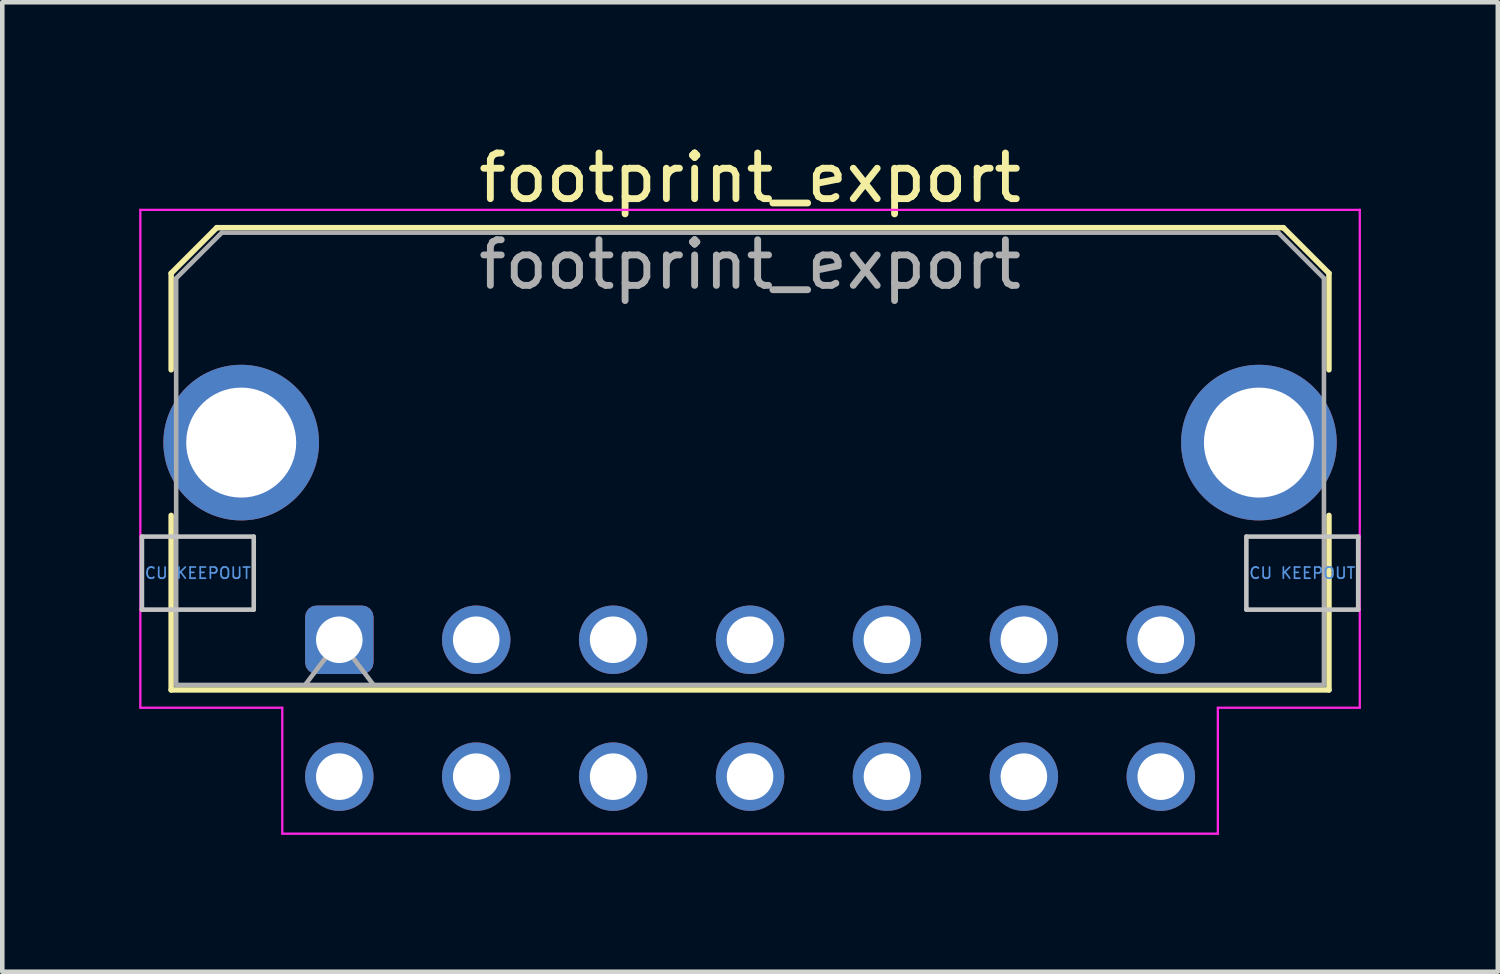
<source format=kicad_pcb>
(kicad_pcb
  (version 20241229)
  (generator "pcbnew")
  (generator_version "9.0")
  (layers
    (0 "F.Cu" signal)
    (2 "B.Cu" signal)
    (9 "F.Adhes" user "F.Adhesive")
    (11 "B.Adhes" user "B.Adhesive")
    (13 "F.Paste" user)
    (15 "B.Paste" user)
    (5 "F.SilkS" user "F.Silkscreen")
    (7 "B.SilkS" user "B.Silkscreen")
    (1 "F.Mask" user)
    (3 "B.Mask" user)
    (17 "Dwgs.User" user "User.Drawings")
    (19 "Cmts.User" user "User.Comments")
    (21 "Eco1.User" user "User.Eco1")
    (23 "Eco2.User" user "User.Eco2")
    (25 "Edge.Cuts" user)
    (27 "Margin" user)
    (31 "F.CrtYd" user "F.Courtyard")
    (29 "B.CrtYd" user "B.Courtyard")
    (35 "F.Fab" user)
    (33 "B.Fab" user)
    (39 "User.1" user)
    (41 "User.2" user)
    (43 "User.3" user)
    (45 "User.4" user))
  (footprint "footprint_export"
    (layer "F.Cu")
    (at 4.385 10.968)
    (property "Reference" "footprint_export" (at 9 -10.12 0) (layer "F.SilkS") (effects (font (size 1 1) (thickness 0.15))))
    (attr through_hole)
    (fp_line (start -3.685 -8.03) (end -2.685 -9.03) (stroke (width 0.12) (type solid)) (layer "F.SilkS"))
    (fp_line (start -3.685 -5.915) (end -3.685 -8.03) (stroke (width 0.12) (type solid)) (layer "F.SilkS"))
    (fp_line (start -3.685 -2.725) (end -3.685 1.1) (stroke (width 0.12) (type solid)) (layer "F.SilkS"))
    (fp_line (start -3.685 1.1) (end 21.685 1.1) (stroke (width 0.12) (type solid)) (layer "F.SilkS"))
    (fp_line (start -2.685 -9.03) (end 20.685 -9.03) (stroke (width 0.12) (type solid)) (layer "F.SilkS"))
    (fp_line (start 20.685 -9.03) (end 21.685 -8.03) (stroke (width 0.12) (type solid)) (layer "F.SilkS"))
    (fp_line (start 21.685 -8.03) (end 21.685 -5.915) (stroke (width 0.12) (type solid)) (layer "F.SilkS"))
    (fp_line (start 21.685 1.1) (end 21.685 -2.725) (stroke (width 0.12) (type solid)) (layer "F.SilkS"))
    (fp_line (start -4.325 -2.26) (end -4.325 -0.66) (stroke (width 0.1) (type solid)) (layer "Dwgs.User"))
    (fp_line (start -4.325 -0.66) (end -1.875 -0.66) (stroke (width 0.1) (type solid)) (layer "Dwgs.User"))
    (fp_line (start -1.875 -2.26) (end -4.325 -2.26) (stroke (width 0.1) (type solid)) (layer "Dwgs.User"))
    (fp_line (start -1.875 -0.66) (end -1.875 -2.26) (stroke (width 0.1) (type solid)) (layer "Dwgs.User"))
    (fp_line (start 19.875 -2.26) (end 19.875 -0.66) (stroke (width 0.1) (type solid)) (layer "Dwgs.User"))
    (fp_line (start 19.875 -0.66) (end 22.325 -0.66) (stroke (width 0.1) (type solid)) (layer "Dwgs.User"))
    (fp_line (start 22.325 -2.26) (end 19.875 -2.26) (stroke (width 0.1) (type solid)) (layer "Dwgs.User"))
    (fp_line (start 22.325 -0.66) (end 22.325 -2.26) (stroke (width 0.1) (type solid)) (layer "Dwgs.User"))
    (fp_line (start -4.36 -9.42) (end 22.36 -9.42) (stroke (width 0.05) (type solid)) (layer "F.CrtYd"))
    (fp_line (start -4.36 1.49) (end -4.36 -9.42) (stroke (width 0.05) (type solid)) (layer "F.CrtYd"))
    (fp_line (start -1.25 1.49) (end -4.36 1.49) (stroke (width 0.05) (type solid)) (layer "F.CrtYd"))
    (fp_line (start -1.25 4.25) (end -1.25 1.49) (stroke (width 0.05) (type solid)) (layer "F.CrtYd"))
    (fp_line (start 19.25 1.49) (end 19.25 4.25) (stroke (width 0.05) (type solid)) (layer "F.CrtYd"))
    (fp_line (start 19.25 4.25) (end -1.25 4.25) (stroke (width 0.05) (type solid)) (layer "F.CrtYd"))
    (fp_line (start 22.36 -9.42) (end 22.36 1.49) (stroke (width 0.05) (type solid)) (layer "F.CrtYd"))
    (fp_line (start 22.36 1.49) (end 19.25 1.49) (stroke (width 0.05) (type solid)) (layer "F.CrtYd"))
    (fp_line (start -3.575 -7.92) (end -2.575 -8.92) (stroke (width 0.1) (type solid)) (layer "F.Fab"))
    (fp_line (start -3.575 0.99) (end -3.575 -7.92) (stroke (width 0.1) (type solid)) (layer "F.Fab"))
    (fp_line (start -2.575 -8.92) (end 20.575 -8.92) (stroke (width 0.1) (type solid)) (layer "F.Fab"))
    (fp_line (start -0.75 0.99) (end 0 0) (stroke (width 0.1) (type solid)) (layer "F.Fab"))
    (fp_line (start 0 0) (end 0.75 0.99) (stroke (width 0.1) (type solid)) (layer "F.Fab"))
    (fp_line (start 20.575 -8.92) (end 21.575 -7.92) (stroke (width 0.1) (type solid)) (layer "F.Fab"))
    (fp_line (start 21.575 -7.92) (end 21.575 0.99) (stroke (width 0.1) (type solid)) (layer "F.Fab"))
    (fp_line (start 21.575 0.99) (end -3.575 0.99) (stroke (width 0.1) (type solid)) (layer "F.Fab"))
    (fp_text user "CU KEEPOUT" (at 21.1 -1.46 0) (layer "Cmts.User") (effects (font (size 0.245 0.245) (thickness 0.037))))
    (fp_text user "CU KEEPOUT" (at -3.1 -1.46 0) (layer "Cmts.User") (effects (font (size 0.245 0.245) (thickness 0.037))))
    (fp_text user "${REFERENCE}" (at 9 -8.22 0) (layer "F.Fab") (effects (font (size 1 1) (thickness 0.15))))
    (pad "1" thru_hole roundrect (at 0 0) (size 1.5 1.5) (drill 1.02) (layers "*.Cu" "*.Mask") (roundrect_rratio 0.167))
    (pad "2" thru_hole circle (at 3 0) (size 1.5 1.5) (drill 1.02) (layers "*.Cu" "*.Mask"))
    (pad "3" thru_hole circle (at 6 0) (size 1.5 1.5) (drill 1.02) (layers "*.Cu" "*.Mask"))
    (pad "4" thru_hole circle (at 9 0) (size 1.5 1.5) (drill 1.02) (layers "*.Cu" "*.Mask"))
    (pad "5" thru_hole circle (at 12 0) (size 1.5 1.5) (drill 1.02) (layers "*.Cu" "*.Mask"))
    (pad "6" thru_hole circle (at 15 0) (size 1.5 1.5) (drill 1.02) (layers "*.Cu" "*.Mask"))
    (pad "7" thru_hole circle (at 18 0) (size 1.5 1.5) (drill 1.02) (layers "*.Cu" "*.Mask"))
    (pad "8" thru_hole circle (at 0 3) (size 1.5 1.5) (drill 1.02) (layers "*.Cu" "*.Mask"))
    (pad "9" thru_hole circle (at 3 3) (size 1.5 1.5) (drill 1.02) (layers "*.Cu" "*.Mask"))
    (pad "10" thru_hole circle (at 6 3) (size 1.5 1.5) (drill 1.02) (layers "*.Cu" "*.Mask"))
    (pad "11" thru_hole circle (at 9 3) (size 1.5 1.5) (drill 1.02) (layers "*.Cu" "*.Mask"))
    (pad "12" thru_hole circle (at 12 3) (size 1.5 1.5) (drill 1.02) (layers "*.Cu" "*.Mask"))
    (pad "13" thru_hole circle (at 15 3) (size 1.5 1.5) (drill 1.02) (layers "*.Cu" "*.Mask"))
    (pad "14" thru_hole circle (at 18 3) (size 1.5 1.5) (drill 1.02) (layers "*.Cu" "*.Mask"))
    (pad "MP" thru_hole circle (at -2.15 -4.32) (size 3.41 3.41) (drill 2.41) (layers "*.Cu" "*.Mask"))
    (pad "MP" thru_hole circle (at 20.15 -4.32) (size 3.41 3.41) (drill 2.41) (layers "*.Cu" "*.Mask")))
  (gr_rect
    (start -3 -3)
    (end 29.77 18.243)
    (stroke (width 0.1) (type default))
    (fill no)
    (layer "Edge.Cuts")))
</source>
